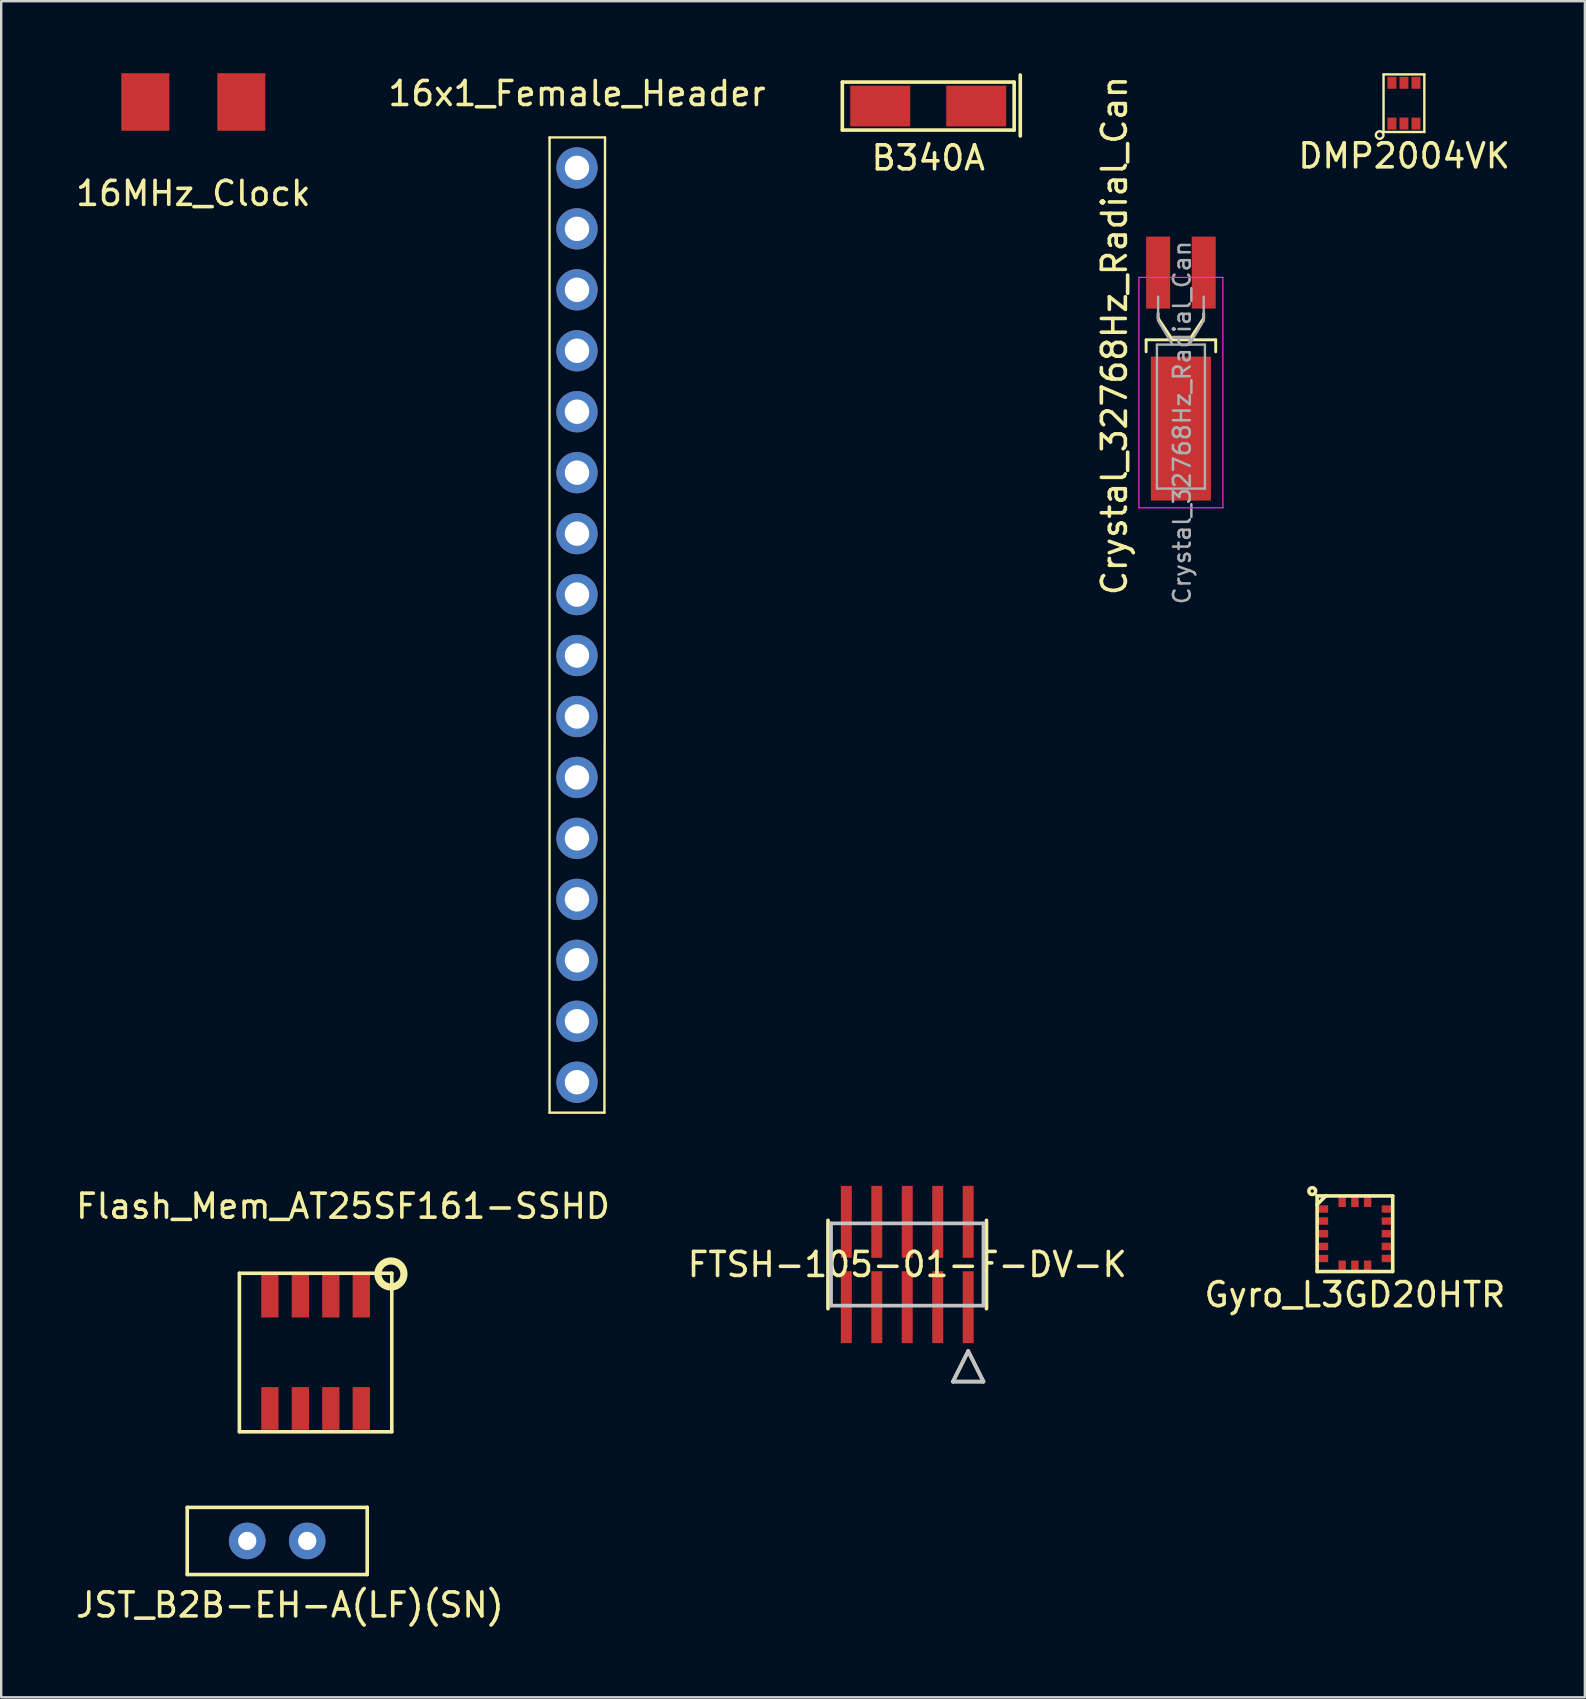
<source format=kicad_pcb>
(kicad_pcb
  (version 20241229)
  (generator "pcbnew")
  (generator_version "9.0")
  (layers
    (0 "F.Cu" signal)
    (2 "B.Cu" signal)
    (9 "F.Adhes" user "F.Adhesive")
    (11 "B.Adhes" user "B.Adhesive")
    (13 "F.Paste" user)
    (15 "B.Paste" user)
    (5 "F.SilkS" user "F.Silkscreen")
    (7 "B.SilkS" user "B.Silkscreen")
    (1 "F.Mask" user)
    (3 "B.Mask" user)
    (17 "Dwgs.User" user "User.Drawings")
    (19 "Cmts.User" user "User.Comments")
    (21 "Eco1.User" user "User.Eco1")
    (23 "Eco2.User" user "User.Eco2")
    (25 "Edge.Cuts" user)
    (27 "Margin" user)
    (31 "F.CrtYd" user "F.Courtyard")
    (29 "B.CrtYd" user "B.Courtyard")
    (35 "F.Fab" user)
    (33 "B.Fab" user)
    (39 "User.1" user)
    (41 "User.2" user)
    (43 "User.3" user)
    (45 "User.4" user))
  (footprint "Gyro_L3GD20HTR"
    (layer "F.Cu")
    (at 53.411 48.362)
    (property "Reference" "Gyro_L3GD20HTR" (at 0 2.54 0) (layer "F.SilkS") (effects (font (size 1 1) (thickness 0.15))))
    (attr through_hole)
    (fp_line (start -1.587 -1.206) (end -1.206 -1.587) (stroke (width 0.15) (type solid)) (layer "F.SilkS"))
    (fp_line (start -1.575 -1.575) (end 1.575 -1.575) (stroke (width 0.15) (type solid)) (layer "F.SilkS"))
    (fp_line (start -1.575 1.575) (end -1.575 -1.575) (stroke (width 0.15) (type solid)) (layer "F.SilkS"))
    (fp_line (start -1.575 1.575) (end 1.575 1.575) (stroke (width 0.15) (type solid)) (layer "F.SilkS"))
    (fp_line (start 1.575 1.575) (end 1.575 -1.575) (stroke (width 0.15) (type solid)) (layer "F.SilkS"))
    (fp_circle (center -1.778 -1.778) (end -1.905 -1.841) (stroke (width 0.15) (type solid)) (fill no) (layer "F.SilkS"))
    (pad "1" smd rect (at -1.32 -1.03) (size 0.41 0.31) (layers "F.Cu" "F.Mask" "F.Paste"))
    (pad "2" smd rect (at -1.32 -0.53) (size 0.41 0.31) (layers "F.Cu" "F.Mask" "F.Paste"))
    (pad "3" smd rect (at -1.32 0) (size 0.41 0.31) (layers "F.Cu" "F.Mask" "F.Paste"))
    (pad "4" smd rect (at -1.32 0.53) (size 0.41 0.31) (layers "F.Cu" "F.Mask" "F.Paste"))
    (pad "5" smd rect (at -1.32 1.03) (size 0.41 0.31) (layers "F.Cu" "F.Mask" "F.Paste"))
    (pad "6" smd rect (at -0.53 1.32 270) (size 0.41 0.31) (layers "F.Cu" "F.Mask" "F.Paste"))
    (pad "7" smd rect (at 0 1.32 270) (size 0.41 0.31) (layers "F.Cu" "F.Mask" "F.Paste"))
    (pad "8" smd rect (at 0.53 1.32 270) (size 0.41 0.31) (layers "F.Cu" "F.Mask" "F.Paste"))
    (pad "9" smd rect (at 1.32 1.03) (size 0.41 0.31) (layers "F.Cu" "F.Mask" "F.Paste"))
    (pad "10" smd rect (at 1.32 0.53) (size 0.41 0.31) (layers "F.Cu" "F.Mask" "F.Paste"))
    (pad "11" smd rect (at 1.32 0) (size 0.41 0.31) (layers "F.Cu" "F.Mask" "F.Paste"))
    (pad "12" smd rect (at 1.32 -0.53) (size 0.41 0.31) (layers "F.Cu" "F.Mask" "F.Paste"))
    (pad "13" smd rect (at 1.32 -1.03) (size 0.41 0.31) (layers "F.Cu" "F.Mask" "F.Paste"))
    (pad "14" smd rect (at 0.53 -1.32 270) (size 0.41 0.31) (layers "F.Cu" "F.Mask" "F.Paste"))
    (pad "15" smd rect (at 0 -1.32 90) (size 0.41 0.31) (layers "F.Cu" "F.Mask" "F.Paste"))
    (pad "16" smd rect (at -0.53 -1.32) (size 0.31 0.41) (layers "F.Cu" "F.Mask" "F.Paste")))
  (footprint "JST_B2B-EH-A(LF)(SN)"
    (layer "F.Cu")
    (at 7.252 61.163)
    (property "Reference" "JST_B2B-EH-A(LF)(SN)" (at 1.778 2.667 0) (layer "F.SilkS") (effects (font (size 1 1) (thickness 0.15))))
    (attr through_hole)
    (fp_line (start -2.5 -1.397) (end 5 -1.397) (stroke (width 0.15) (type solid)) (layer "F.SilkS"))
    (fp_line (start -2.5 1.4) (end -2.5 -1.4) (stroke (width 0.15) (type solid)) (layer "F.SilkS"))
    (fp_line (start 5 -1.4) (end 5 1.4) (stroke (width 0.15) (type solid)) (layer "F.SilkS"))
    (fp_line (start 5 1.4) (end -2.5 1.4) (stroke (width 0.15) (type solid)) (layer "F.SilkS"))
    (pad "1" thru_hole circle (at 0 0) (size 1.524 1.524) (drill 0.762) (layers "*.Cu" "*.Mask"))
    (pad "2" thru_hole circle (at 2.5 0) (size 1.524 1.524) (drill 0.762) (layers "*.Cu" "*.Mask")))
  (footprint "Flash_Mem_AT25SF161-SSHD"
    (layer "F.Cu")
    (at 12.006 50.962)
    (property "Reference" "Flash_Mem_AT25SF161-SSHD" (at -0.762 -3.747 0) (layer "F.SilkS") (effects (font (size 1 1) (thickness 0.15))))
    (attr through_hole)
    (fp_line (start -5.08 -0.953) (end -5.08 5.652) (stroke (width 0.15) (type solid)) (layer "F.SilkS"))
    (fp_line (start -5.08 5.652) (end 1.27 5.652) (stroke (width 0.15) (type solid)) (layer "F.SilkS"))
    (fp_line (start 1.27 -0.953) (end -5.08 -0.953) (stroke (width 0.15) (type solid)) (layer "F.SilkS"))
    (fp_line (start 1.27 5.652) (end 1.27 -0.953) (stroke (width 0.15) (type solid)) (layer "F.SilkS"))
    (fp_circle (center 1.235 -0.924) (end 1.743 -1.114) (stroke (width 0.3) (type solid)) (fill no) (layer "F.SilkS"))
    (pad "1" smd rect (at 0 0) (size 0.72 1.78) (layers "F.Cu" "F.Mask" "F.Paste"))
    (pad "2" smd rect (at -1.27 0) (size 0.72 1.78) (layers "F.Cu" "F.Mask" "F.Paste"))
    (pad "3" smd rect (at -2.54 0) (size 0.72 1.78) (layers "F.Cu" "F.Mask" "F.Paste"))
    (pad "4" smd rect (at -3.81 0) (size 0.72 1.78) (layers "F.Cu" "F.Mask" "F.Paste"))
    (pad "5" smd rect (at -3.81 4.68) (size 0.72 1.78) (layers "F.Cu" "F.Mask" "F.Paste"))
    (pad "6" smd rect (at -2.54 4.68) (size 0.72 1.78) (layers "F.Cu" "F.Mask" "F.Paste"))
    (pad "7" smd rect (at -1.27 4.68) (size 0.72 1.78) (layers "F.Cu" "F.Mask" "F.Paste"))
    (pad "8" smd rect (at 0 4.68) (size 0.72 1.78) (layers "F.Cu" "F.Mask" "F.Paste")))
  (footprint "16x1_Female_Header"
    (layer "F.Cu")
    (at 20.994 22.997)
    (property "Reference" "16x1_Female_Header" (at 0 -22.149 0) (layer "F.SilkS") (effects (font (size 1 1) (thickness 0.15))))
    (attr through_hole)
    (fp_line (start -1.143 -20.32) (end 1.168 -20.32) (stroke (width 0.1) (type solid)) (layer "F.SilkS"))
    (fp_line (start -1.143 20.32) (end -1.143 -20.32) (stroke (width 0.1) (type solid)) (layer "F.SilkS"))
    (fp_line (start 1.143 20.32) (end -1.143 20.32) (stroke (width 0.1) (type solid)) (layer "F.SilkS"))
    (fp_line (start 1.168 -20.32) (end 1.143 20.32) (stroke (width 0.1) (type solid)) (layer "F.SilkS"))
    (pad "1" thru_hole circle (at 0 19.05) (size 1.72 1.72) (drill 1.02) (layers "*.Cu" "*.Mask"))
    (pad "2" thru_hole circle (at 0 16.51) (size 1.72 1.72) (drill 1.02) (layers "*.Cu" "*.Mask"))
    (pad "3" thru_hole circle (at 0 13.97) (size 1.72 1.72) (drill 1.02) (layers "*.Cu" "*.Mask"))
    (pad "4" thru_hole circle (at 0 11.43) (size 1.72 1.72) (drill 1.02) (layers "*.Cu" "*.Mask"))
    (pad "5" thru_hole circle (at 0 8.89) (size 1.72 1.72) (drill 1.02) (layers "*.Cu" "*.Mask"))
    (pad "6" thru_hole circle (at 0 6.35) (size 1.72 1.72) (drill 1.02) (layers "*.Cu" "*.Mask"))
    (pad "7" thru_hole circle (at 0 3.81) (size 1.72 1.72) (drill 1.02) (layers "*.Cu" "*.Mask"))
    (pad "8" thru_hole circle (at 0 1.27) (size 1.72 1.72) (drill 1.02) (layers "*.Cu" "*.Mask"))
    (pad "9" thru_hole circle (at 0 -1.27) (size 1.72 1.72) (drill 1.02) (layers "*.Cu" "*.Mask"))
    (pad "10" thru_hole circle (at 0 -3.81) (size 1.72 1.72) (drill 1.02) (layers "*.Cu" "*.Mask"))
    (pad "11" thru_hole circle (at 0 -6.35) (size 1.72 1.72) (drill 1.02) (layers "*.Cu" "*.Mask"))
    (pad "12" thru_hole circle (at 0 -8.89) (size 1.72 1.72) (drill 1.02) (layers "*.Cu" "*.Mask"))
    (pad "13" thru_hole circle (at 0 -11.43) (size 1.72 1.72) (drill 1.02) (layers "*.Cu" "*.Mask"))
    (pad "14" thru_hole circle (at 0 -13.97) (size 1.72 1.72) (drill 1.02) (layers "*.Cu" "*.Mask"))
    (pad "15" thru_hole circle (at 0 -16.51) (size 1.72 1.72) (drill 1.02) (layers "*.Cu" "*.Mask"))
    (pad "16" thru_hole circle (at 0 -19.05) (size 1.72 1.72) (drill 1.02) (layers "*.Cu" "*.Mask")))
  (footprint "16MHz_Clock"
    (layer "F.Cu")
    (at 5.006 1.2)
    (property "Reference" "16MHz_Clock" (at 0 3.81 0) (layer "F.SilkS") (effects (font (size 1 1) (thickness 0.15))))
    (attr through_hole)
    (pad "1" smd rect (at -2 0) (size 2 2.4) (layers "F.Cu" "F.Mask" "F.Paste"))
    (pad "2" smd rect (at 2 0) (size 2 2.4) (layers "F.Cu" "F.Mask" "F.Paste")))
  (footprint "DMP2004VK"
    (layer "F.Cu")
    (at 55.454 1.25)
    (property "Reference" "DMP2004VK" (at 0.01 2.195 0) (layer "F.SilkS") (effects (font (size 1 1) (thickness 0.15))))
    (attr through_hole)
    (fp_line (start -0.85 -1.2) (end 0.85 -1.2) (stroke (width 0.1) (type solid)) (layer "F.SilkS"))
    (fp_line (start -0.85 1.2) (end -0.85 -1.2) (stroke (width 0.1) (type solid)) (layer "F.SilkS"))
    (fp_line (start 0.85 -1.2) (end 0.85 1.2) (stroke (width 0.1) (type solid)) (layer "F.SilkS"))
    (fp_line (start 0.85 1.2) (end -0.85 1.2) (stroke (width 0.1) (type solid)) (layer "F.SilkS"))
    (fp_circle (center -1.011 1.326) (end -0.955 1.179) (stroke (width 0.1) (type solid)) (fill no) (layer "F.SilkS"))
    (pad "1" smd rect (at -0.5 0.85) (size 0.375 0.5) (layers "F.Cu" "F.Mask" "F.Paste"))
    (pad "2" smd rect (at 0 0.85) (size 0.375 0.5) (layers "F.Cu" "F.Mask" "F.Paste"))
    (pad "3" smd rect (at 0.5 0.85) (size 0.375 0.5) (layers "F.Cu" "F.Mask" "F.Paste"))
    (pad "4" smd rect (at 0.5 -0.85) (size 0.375 0.5) (layers "F.Cu" "F.Mask" "F.Paste"))
    (pad "5" smd rect (at 0 -0.85) (size 0.375 0.5) (layers "F.Cu" "F.Mask" "F.Paste"))
    (pad "6" smd rect (at -0.5 -0.85) (size 0.375 0.5) (layers "F.Cu" "F.Mask" "F.Paste")))
  (footprint "FTSH-105-01-F-DV-K"
    (layer "F.Cu")
    (at 34.756 49.644)
    (property "Reference" "FTSH-105-01-F-DV-K" (at 0 0 0) (layer "F.SilkS") (effects (font (size 1 1) (thickness 0.15))))
    (attr through_hole)
    (fp_line (start -3.302 -1.841) (end -3.302 1.841) (stroke (width 0.152) (type solid)) (layer "F.SilkS"))
    (fp_line (start 1.905 4.879) (end 3.175 4.879) (stroke (width 0.152) (type solid)) (layer "F.SilkS"))
    (fp_line (start 2.54 3.609) (end 1.905 4.879) (stroke (width 0.152) (type solid)) (layer "F.SilkS"))
    (fp_line (start 3.175 4.879) (end 2.54 3.609) (stroke (width 0.152) (type solid)) (layer "F.SilkS"))
    (fp_line (start 3.302 1.841) (end 3.302 -1.841) (stroke (width 0.152) (type solid)) (layer "F.SilkS"))
    (fp_line (start -3.175 -1.714) (end -3.175 1.714) (stroke (width 0.152) (type solid)) (layer "Dwgs.User"))
    (fp_line (start -3.175 1.714) (end 3.175 1.714) (stroke (width 0.152) (type solid)) (layer "Dwgs.User"))
    (fp_line (start 1.905 4.879) (end 3.175 4.879) (stroke (width 0.152) (type solid)) (layer "Dwgs.User"))
    (fp_line (start 2.54 3.609) (end 1.905 4.879) (stroke (width 0.152) (type solid)) (layer "Dwgs.User"))
    (fp_line (start 3.175 -1.714) (end -3.175 -1.714) (stroke (width 0.152) (type solid)) (layer "Dwgs.User"))
    (fp_line (start 3.175 1.714) (end 3.175 -1.714) (stroke (width 0.152) (type solid)) (layer "Dwgs.User"))
    (fp_line (start 3.175 4.879) (end 2.54 3.609) (stroke (width 0.152) (type solid)) (layer "Dwgs.User"))
    (fp_text user "Copyright 2016 Accelerated Designs. All rights reserved." (at 0 0 0) (layer "Cmts.User") (effects (font (size 0.127 0.127) (thickness 0.002))))
    (pad "1" smd rect (at 2.54 -1.778) (size 0.457 2.997) (layers "F.Cu" "F.Mask" "F.Paste"))
    (pad "2" smd rect (at 2.54 1.778) (size 0.457 2.997) (layers "F.Cu" "F.Mask" "F.Paste"))
    (pad "3" smd rect (at 1.27 -1.778) (size 0.457 2.997) (layers "F.Cu" "F.Mask" "F.Paste"))
    (pad "4" smd rect (at 1.27 1.778) (size 0.457 2.997) (layers "F.Cu" "F.Mask" "F.Paste"))
    (pad "5" smd rect (at 0 -1.778) (size 0.457 2.997) (layers "F.Cu" "F.Mask" "F.Paste"))
    (pad "6" smd rect (at 0 1.778) (size 0.457 2.997) (layers "F.Cu" "F.Mask" "F.Paste"))
    (pad "7" smd rect (at -1.27 -1.778) (size 0.457 2.997) (layers "F.Cu" "F.Mask" "F.Paste"))
    (pad "8" smd rect (at -1.27 1.778) (size 0.457 2.997) (layers "F.Cu" "F.Mask" "F.Paste"))
    (pad "9" smd rect (at -2.54 -1.778) (size 0.457 2.997) (layers "F.Cu" "F.Mask" "F.Paste"))
    (pad "10" smd rect (at -2.54 1.778) (size 0.457 2.997) (layers "F.Cu" "F.Mask" "F.Paste")))
  (footprint "Crystal_32768Hz_Radial_Can"
    (layer "F.Cu")
    (at 45.21 9.31)
    (property "Reference" "Crystal_32768Hz_Radial_Can" (at -1.82 1.625 90) (layer "F.SilkS") (effects (font (size 1 1) (thickness 0.15))))
    (attr through_hole)
    (fp_line (start -0.5 1.8) (end 2.4 1.8) (stroke (width 0.12) (type solid)) (layer "F.SilkS"))
    (fp_line (start -0.5 2.3) (end -0.5 1.8) (stroke (width 0.12) (type solid)) (layer "F.SilkS"))
    (fp_line (start 0 0.9) (end 0 0.7) (stroke (width 0.12) (type solid)) (layer "F.SilkS"))
    (fp_line (start 0.6 1.8) (end 0 0.9) (stroke (width 0.12) (type solid)) (layer "F.SilkS"))
    (fp_line (start 1.3 1.8) (end 1.9 0.9) (stroke (width 0.12) (type solid)) (layer "F.SilkS"))
    (fp_line (start 1.9 0.9) (end 1.9 0.7) (stroke (width 0.12) (type solid)) (layer "F.SilkS"))
    (fp_line (start 2.4 1.8) (end 2.4 2.3) (stroke (width 0.12) (type solid)) (layer "F.SilkS"))
    (fp_line (start -0.8 -0.8) (end -0.8 8.8) (stroke (width 0.05) (type solid)) (layer "F.CrtYd"))
    (fp_line (start -0.8 8.8) (end 2.7 8.8) (stroke (width 0.05) (type solid)) (layer "F.CrtYd"))
    (fp_line (start 2.7 -0.8) (end -0.8 -0.8) (stroke (width 0.05) (type solid)) (layer "F.CrtYd"))
    (fp_line (start 2.7 8.8) (end 2.7 -0.8) (stroke (width 0.05) (type solid)) (layer "F.CrtYd"))
    (fp_line (start -0.05 2) (end -0.05 8) (stroke (width 0.1) (type solid)) (layer "F.Fab"))
    (fp_line (start -0.05 8) (end 1.95 8) (stroke (width 0.1) (type solid)) (layer "F.Fab"))
    (fp_line (start 0 1) (end 0 0) (stroke (width 0.1) (type solid)) (layer "F.Fab"))
    (fp_line (start 0.6 2) (end 0 1) (stroke (width 0.1) (type solid)) (layer "F.Fab"))
    (fp_line (start 1.3 2) (end 1.9 1) (stroke (width 0.1) (type solid)) (layer "F.Fab"))
    (fp_line (start 1.9 1) (end 1.9 0) (stroke (width 0.1) (type solid)) (layer "F.Fab"))
    (fp_line (start 1.95 2) (end -0.05 2) (stroke (width 0.1) (type solid)) (layer "F.Fab"))
    (fp_line (start 1.95 8) (end 1.95 2) (stroke (width 0.1) (type solid)) (layer "F.Fab"))
    (fp_text user "${REFERENCE}" (at 1 5.25 90) (layer "F.Fab") (effects (font (size 0.7 0.7) (thickness 0.105))))
    (pad "1" smd rect (at 0 -1) (size 1 3) (layers "F.Cu" "F.Mask" "F.Paste"))
    (pad "2" smd rect (at 1.9 -1) (size 1 3) (layers "F.Cu" "F.Mask" "F.Paste"))
    (pad "3" smd rect (at 0.95 5.5) (size 2.5 6) (layers "F.Cu" "F.Mask" "F.Paste")))
  (footprint "B340A"
    (layer "F.Cu")
    (at 35.631 1.37)
    (property "Reference" "B340A" (at 0 2.159 0) (layer "F.SilkS") (effects (font (size 1 1) (thickness 0.15))))
    (attr through_hole)
    (fp_line (start -3.58 -1) (end -3.58 1) (stroke (width 0.15) (type solid)) (layer "F.SilkS"))
    (fp_line (start -3.58 1) (end 3.58 1) (stroke (width 0.15) (type solid)) (layer "F.SilkS"))
    (fp_line (start 3.58 -1) (end -3.58 -1) (stroke (width 0.15) (type solid)) (layer "F.SilkS"))
    (fp_line (start 3.58 1) (end 3.58 -1) (stroke (width 0.15) (type solid)) (layer "F.SilkS"))
    (fp_line (start 3.835 -1.295) (end 3.835 1.245) (stroke (width 0.15) (type solid)) (layer "F.SilkS"))
    (pad "1" smd rect (at -2 0) (size 2.5 1.7) (layers "F.Cu" "F.Mask" "F.Paste"))
    (pad "2" smd rect (at 2 0) (size 2.5 1.7) (layers "F.Cu" "F.Mask" "F.Paste")))
  (gr_rect
    (start -3 -3)
    (end 62.994 67.679)
    (stroke (width 0.1) (type default))
    (fill no)
    (layer "Edge.Cuts")))
</source>
